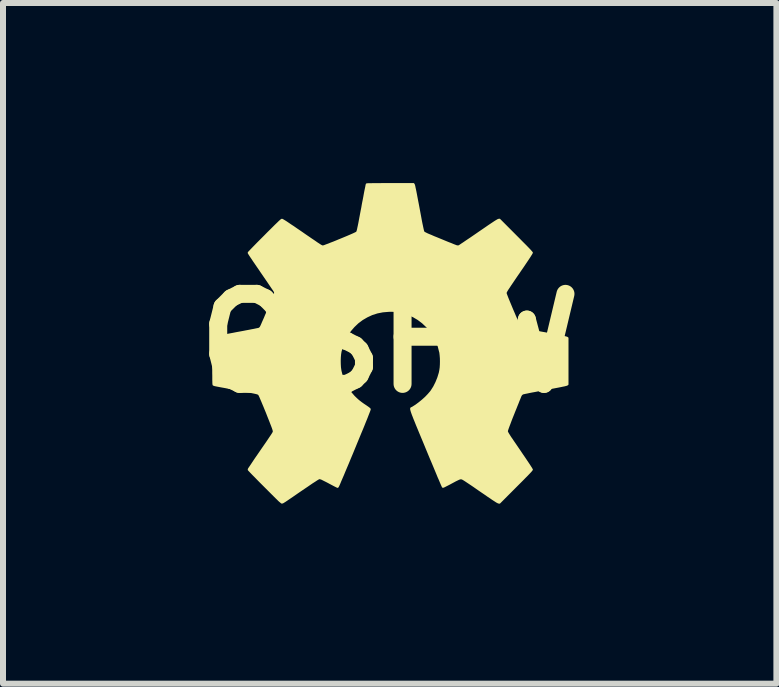
<source format=kicad_pcb>
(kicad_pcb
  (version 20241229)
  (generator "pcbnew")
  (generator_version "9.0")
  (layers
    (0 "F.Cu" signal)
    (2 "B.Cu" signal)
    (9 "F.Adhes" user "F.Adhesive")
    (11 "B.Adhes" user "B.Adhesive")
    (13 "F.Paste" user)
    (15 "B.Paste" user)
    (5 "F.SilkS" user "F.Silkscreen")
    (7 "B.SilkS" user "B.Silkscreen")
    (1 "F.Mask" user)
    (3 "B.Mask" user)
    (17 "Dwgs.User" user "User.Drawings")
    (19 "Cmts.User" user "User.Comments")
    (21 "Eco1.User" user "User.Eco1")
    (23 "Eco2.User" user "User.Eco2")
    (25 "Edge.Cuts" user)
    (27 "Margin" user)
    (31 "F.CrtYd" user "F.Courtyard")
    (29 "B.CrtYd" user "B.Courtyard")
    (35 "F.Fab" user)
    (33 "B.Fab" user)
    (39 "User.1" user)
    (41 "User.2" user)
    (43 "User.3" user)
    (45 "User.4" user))
  (footprint "OSHW"
    (layer "F.Cu")
    (at 3.443 2.668)
    (property "Reference" "OSHW" (at 0 0 0) (layer "F.SilkS") (effects (font (size 1.5 1.5) (thickness 0.3))))
    (attr board_only exclude_from_pos_files exclude_from_bom)
    (fp_poly (pts (xy 0.413 -2.655) (xy 0.416 -2.651) (xy 0.418 -2.644) (xy 0.422 -2.633) (xy 0.426 -2.618) (xy 0.43 -2.597) (xy 0.436 -2.57) (xy 0.443 -2.537) (xy 0.451 -2.496) (xy 0.46 -2.448) (xy 0.471 -2.39) (xy 0.484 -2.323) (xy 0.496 -2.259) (xy 0.511 -2.179) (xy 0.524 -2.109) (xy 0.535 -2.049) (xy 0.545 -1.998) (xy 0.554 -1.956) (xy 0.561 -1.922) (xy 0.567 -1.896) (xy 0.571 -1.878) (xy 0.575 -1.866) (xy 0.577 -1.86) (xy 0.582 -1.856) (xy 0.592 -1.85) (xy 0.608 -1.842) (xy 0.63 -1.831) (xy 0.66 -1.818) (xy 0.697 -1.803) (xy 0.742 -1.783) (xy 0.797 -1.761) (xy 0.843 -1.742) (xy 0.894 -1.721) (xy 0.942 -1.701) (xy 0.986 -1.683) (xy 1.026 -1.668) (xy 1.059 -1.654) (xy 1.087 -1.643) (xy 1.106 -1.636) (xy 1.116 -1.632) (xy 1.117 -1.631) (xy 1.138 -1.629) (xy 1.149 -1.631) (xy 1.156 -1.635) (xy 1.171 -1.645) (xy 1.193 -1.66) (xy 1.222 -1.679) (xy 1.257 -1.703) (xy 1.297 -1.73) (xy 1.342 -1.76) (xy 1.39 -1.793) (xy 1.441 -1.828) (xy 1.477 -1.853) (xy 1.54 -1.896) (xy 1.594 -1.933) (xy 1.64 -1.965) (xy 1.679 -1.991) (xy 1.712 -2.013) (xy 1.739 -2.031) (xy 1.761 -2.045) (xy 1.778 -2.055) (xy 1.791 -2.063) (xy 1.802 -2.068) (xy 1.809 -2.071) (xy 1.814 -2.072) (xy 1.836 -2.074) (xy 2.111 -1.798) (xy 2.164 -1.745) (xy 2.21 -1.698) (xy 2.25 -1.658) (xy 2.283 -1.625) (xy 2.311 -1.596) (xy 2.333 -1.573) (xy 2.351 -1.554) (xy 2.364 -1.539) (xy 2.374 -1.528) (xy 2.38 -1.519) (xy 2.384 -1.513) (xy 2.386 -1.509) (xy 2.386 -1.507) (xy 2.384 -1.501) (xy 2.379 -1.492) (xy 2.371 -1.477) (xy 2.358 -1.457) (xy 2.342 -1.431) (xy 2.32 -1.398) (xy 2.294 -1.359) (xy 2.263 -1.313) (xy 2.226 -1.258) (xy 2.183 -1.196) (xy 2.167 -1.172) (xy 2.122 -1.107) (xy 2.084 -1.051) (xy 2.051 -1.002) (xy 2.023 -0.961) (xy 2.001 -0.927) (xy 1.982 -0.899) (xy 1.968 -0.877) (xy 1.958 -0.86) (xy 1.952 -0.847) (xy 1.948 -0.839) (xy 1.948 -0.836) (xy 1.95 -0.828) (xy 1.956 -0.811) (xy 1.965 -0.787) (xy 1.977 -0.756) (xy 1.992 -0.719) (xy 2.009 -0.678) (xy 2.027 -0.635) (xy 2.046 -0.589) (xy 2.066 -0.542) (xy 2.086 -0.496) (xy 2.105 -0.45) (xy 2.124 -0.408) (xy 2.141 -0.369) (xy 2.156 -0.335) (xy 2.169 -0.307) (xy 2.178 -0.286) (xy 2.185 -0.274) (xy 2.187 -0.271) (xy 2.197 -0.261) (xy 2.204 -0.256) (xy 2.211 -0.254) (xy 2.228 -0.251) (xy 2.253 -0.246) (xy 2.287 -0.239) (xy 2.327 -0.231) (xy 2.374 -0.222) (xy 2.427 -0.212) (xy 2.484 -0.201) (xy 2.544 -0.19) (xy 2.584 -0.183) (xy 2.657 -0.169) (xy 2.721 -0.157) (xy 2.776 -0.147) (xy 2.822 -0.138) (xy 2.86 -0.13) (xy 2.891 -0.124) (xy 2.915 -0.118) (xy 2.934 -0.114) (xy 2.948 -0.11) (xy 2.957 -0.107) (xy 2.964 -0.104) (xy 2.966 -0.102) (xy 2.979 -0.091) (xy 2.979 0.3) (xy 2.979 0.691) (xy 2.966 0.702) (xy 2.962 0.705) (xy 2.956 0.708) (xy 2.945 0.711) (xy 2.93 0.715) (xy 2.91 0.72) (xy 2.884 0.725) (xy 2.851 0.732) (xy 2.811 0.74) (xy 2.763 0.749) (xy 2.706 0.76) (xy 2.639 0.772) (xy 2.597 0.78) (xy 2.535 0.791) (xy 2.477 0.802) (xy 2.422 0.813) (xy 2.372 0.822) (xy 2.327 0.831) (xy 2.29 0.839) (xy 2.259 0.845) (xy 2.237 0.85) (xy 2.225 0.853) (xy 2.223 0.853) (xy 2.208 0.864) (xy 2.197 0.879) (xy 2.193 0.888) (xy 2.186 0.905) (xy 2.176 0.931) (xy 2.162 0.964) (xy 2.147 1.003) (xy 2.129 1.047) (xy 2.11 1.095) (xy 2.089 1.146) (xy 2.079 1.172) (xy 2.052 1.239) (xy 2.029 1.298) (xy 2.01 1.349) (xy 1.994 1.391) (xy 1.982 1.424) (xy 1.974 1.448) (xy 1.97 1.462) (xy 1.969 1.465) (xy 1.97 1.47) (xy 1.972 1.477) (xy 1.977 1.486) (xy 1.984 1.499) (xy 1.994 1.515) (xy 2.007 1.536) (xy 2.024 1.563) (xy 2.046 1.594) (xy 2.072 1.633) (xy 2.103 1.678) (xy 2.139 1.731) (xy 2.178 1.788) (xy 2.221 1.852) (xy 2.259 1.907) (xy 2.291 1.955) (xy 2.318 1.995) (xy 2.34 2.028) (xy 2.357 2.055) (xy 2.37 2.075) (xy 2.379 2.091) (xy 2.384 2.101) (xy 2.386 2.107) (xy 2.386 2.107) (xy 2.385 2.111) (xy 2.382 2.116) (xy 2.377 2.124) (xy 2.369 2.134) (xy 2.357 2.148) (xy 2.341 2.165) (xy 2.321 2.186) (xy 2.296 2.212) (xy 2.265 2.243) (xy 2.228 2.281) (xy 2.185 2.324) (xy 2.134 2.375) (xy 2.111 2.398) (xy 1.836 2.674) (xy 1.814 2.672) (xy 1.808 2.671) (xy 1.801 2.668) (xy 1.79 2.662) (xy 1.776 2.655) (xy 1.759 2.644) (xy 1.736 2.629) (xy 1.708 2.611) (xy 1.675 2.588) (xy 1.634 2.561) (xy 1.587 2.528) (xy 1.531 2.49) (xy 1.5 2.469) (xy 1.441 2.428) (xy 1.391 2.393) (xy 1.348 2.364) (xy 1.312 2.34) (xy 1.282 2.32) (xy 1.258 2.304) (xy 1.238 2.291) (xy 1.223 2.282) (xy 1.211 2.275) (xy 1.202 2.271) (xy 1.195 2.269) (xy 1.19 2.268) (xy 1.187 2.268) (xy 1.178 2.269) (xy 1.166 2.272) (xy 1.15 2.279) (xy 1.129 2.289) (xy 1.102 2.302) (xy 1.067 2.321) (xy 1.037 2.337) (xy 1.002 2.356) (xy 0.969 2.373) (xy 0.941 2.387) (xy 0.918 2.399) (xy 0.902 2.406) (xy 0.895 2.409) (xy 0.879 2.408) (xy 0.872 2.402) (xy 0.869 2.396) (xy 0.862 2.38) (xy 0.851 2.356) (xy 0.837 2.323) (xy 0.82 2.282) (xy 0.799 2.235) (xy 0.777 2.181) (xy 0.752 2.121) (xy 0.725 2.056) (xy 0.696 1.987) (xy 0.665 1.914) (xy 0.633 1.837) (xy 0.6 1.757) (xy 0.597 1.75) (xy 0.558 1.655) (xy 0.522 1.569) (xy 0.49 1.492) (xy 0.462 1.424) (xy 0.437 1.364) (xy 0.416 1.311) (xy 0.397 1.265) (xy 0.382 1.226) (xy 0.369 1.193) (xy 0.359 1.165) (xy 0.351 1.141) (xy 0.346 1.123) (xy 0.342 1.108) (xy 0.341 1.096) (xy 0.341 1.087) (xy 0.343 1.08) (xy 0.346 1.075) (xy 0.35 1.071) (xy 0.356 1.068) (xy 0.362 1.065) (xy 0.37 1.062) (xy 0.375 1.059) (xy 0.43 1.024) (xy 0.485 0.983) (xy 0.539 0.939) (xy 0.589 0.894) (xy 0.634 0.847) (xy 0.672 0.803) (xy 0.684 0.787) (xy 0.726 0.721) (xy 0.763 0.647) (xy 0.794 0.57) (xy 0.818 0.492) (xy 0.827 0.447) (xy 0.833 0.405) (xy 0.836 0.356) (xy 0.837 0.304) (xy 0.836 0.251) (xy 0.832 0.201) (xy 0.827 0.158) (xy 0.824 0.147) (xy 0.8 0.054) (xy 0.768 -0.032) (xy 0.727 -0.111) (xy 0.677 -0.186) (xy 0.618 -0.256) (xy 0.609 -0.266) (xy 0.539 -0.332) (xy 0.466 -0.387) (xy 0.388 -0.433) (xy 0.305 -0.47) (xy 0.223 -0.496) (xy 0.168 -0.509) (xy 0.118 -0.517) (xy 0.068 -0.522) (xy 0.014 -0.523) (xy -0.019 -0.522) (xy -0.113 -0.514) (xy -0.204 -0.496) (xy -0.291 -0.468) (xy -0.373 -0.43) (xy -0.45 -0.385) (xy -0.522 -0.331) (xy -0.587 -0.269) (xy -0.646 -0.201) (xy -0.697 -0.125) (xy -0.74 -0.044) (xy -0.775 0.044) (xy -0.801 0.136) (xy -0.803 0.144) (xy -0.81 0.188) (xy -0.814 0.238) (xy -0.816 0.293) (xy -0.815 0.349) (xy -0.812 0.402) (xy -0.805 0.45) (xy -0.803 0.462) (xy -0.779 0.555) (xy -0.745 0.643) (xy -0.702 0.726) (xy -0.649 0.804) (xy -0.587 0.876) (xy -0.576 0.887) (xy -0.548 0.914) (xy -0.522 0.938) (xy -0.495 0.96) (xy -0.465 0.983) (xy -0.43 1.008) (xy -0.388 1.036) (xy -0.375 1.045) (xy -0.348 1.064) (xy -0.328 1.08) (xy -0.318 1.092) (xy -0.316 1.094) (xy -0.316 1.097) (xy -0.316 1.102) (xy -0.318 1.11) (xy -0.321 1.121) (xy -0.326 1.135) (xy -0.333 1.153) (xy -0.342 1.176) (xy -0.353 1.204) (xy -0.366 1.238) (xy -0.382 1.278) (xy -0.401 1.324) (xy -0.422 1.377) (xy -0.447 1.438) (xy -0.476 1.507) (xy -0.508 1.585) (xy -0.544 1.672) (xy -0.576 1.75) (xy -0.612 1.838) (xy -0.647 1.921) (xy -0.679 1.999) (xy -0.71 2.072) (xy -0.738 2.138) (xy -0.763 2.199) (xy -0.786 2.252) (xy -0.806 2.298) (xy -0.822 2.337) (xy -0.835 2.367) (xy -0.845 2.388) (xy -0.851 2.399) (xy -0.852 2.402) (xy -0.863 2.409) (xy -0.87 2.411) (xy -0.876 2.409) (xy -0.891 2.402) (xy -0.913 2.391) (xy -0.94 2.377) (xy -0.972 2.36) (xy -1.008 2.341) (xy -1.015 2.337) (xy -1.057 2.315) (xy -1.091 2.298) (xy -1.117 2.285) (xy -1.136 2.275) (xy -1.151 2.27) (xy -1.161 2.267) (xy -1.169 2.266) (xy -1.171 2.266) (xy -1.175 2.267) (xy -1.183 2.271) (xy -1.194 2.278) (xy -1.21 2.287) (xy -1.229 2.3) (xy -1.254 2.316) (xy -1.284 2.335) (xy -1.319 2.359) (xy -1.361 2.388) (xy -1.41 2.421) (xy -1.466 2.459) (xy -1.529 2.502) (xy -1.601 2.552) (xy -1.676 2.603) (xy -1.711 2.627) (xy -1.738 2.645) (xy -1.759 2.658) (xy -1.774 2.667) (xy -1.786 2.671) (xy -1.794 2.673) (xy -1.796 2.673) (xy -1.8 2.673) (xy -1.804 2.671) (xy -1.81 2.668) (xy -1.818 2.662) (xy -1.828 2.653) (xy -1.842 2.642) (xy -1.859 2.626) (xy -1.879 2.606) (xy -1.905 2.581) (xy -1.936 2.55) (xy -1.972 2.514) (xy -2.015 2.471) (xy -2.065 2.421) (xy -2.087 2.399) (xy -2.133 2.353) (xy -2.176 2.31) (xy -2.216 2.269) (xy -2.252 2.232) (xy -2.285 2.199) (xy -2.313 2.17) (xy -2.335 2.147) (xy -2.352 2.129) (xy -2.361 2.119) (xy -2.364 2.115) (xy -2.365 2.103) (xy -2.362 2.093) (xy -2.359 2.086) (xy -2.349 2.071) (xy -2.334 2.049) (xy -2.315 2.021) (xy -2.292 1.986) (xy -2.266 1.947) (xy -2.237 1.904) (xy -2.205 1.858) (xy -2.178 1.819) (xy -2.135 1.756) (xy -2.097 1.701) (xy -2.065 1.655) (xy -2.038 1.615) (xy -2.016 1.582) (xy -1.997 1.554) (xy -1.982 1.532) (xy -1.971 1.515) (xy -1.962 1.501) (xy -1.956 1.491) (xy -1.952 1.483) (xy -1.949 1.477) (xy -1.948 1.473) (xy -1.948 1.47) (xy -1.948 1.467) (xy -1.948 1.465) (xy -1.95 1.456) (xy -1.955 1.438) (xy -1.964 1.412) (xy -1.976 1.38) (xy -1.991 1.342) (xy -2.007 1.3) (xy -2.025 1.255) (xy -2.044 1.207) (xy -2.063 1.158) (xy -2.083 1.11) (xy -2.102 1.063) (xy -2.121 1.018) (xy -2.138 0.977) (xy -2.154 0.94) (xy -2.167 0.909) (xy -2.178 0.885) (xy -2.186 0.869) (xy -2.191 0.862) (xy -2.195 0.859) (xy -2.201 0.856) (xy -2.209 0.853) (xy -2.222 0.849) (xy -2.239 0.845) (xy -2.262 0.84) (xy -2.291 0.834) (xy -2.327 0.827) (xy -2.37 0.818) (xy -2.423 0.808) (xy -2.485 0.797) (xy -2.519 0.79) (xy -2.578 0.779) (xy -2.635 0.769) (xy -2.689 0.759) (xy -2.739 0.749) (xy -2.784 0.741) (xy -2.822 0.734) (xy -2.853 0.728) (xy -2.875 0.724) (xy -2.885 0.722) (xy -2.915 0.716) (xy -2.936 0.709) (xy -2.947 0.703) (xy -2.949 0.701) (xy -2.95 0.697) (xy -2.952 0.692) (xy -2.953 0.685) (xy -2.954 0.674) (xy -2.955 0.659) (xy -2.955 0.639) (xy -2.956 0.613) (xy -2.956 0.582) (xy -2.956 0.543) (xy -2.957 0.496) (xy -2.957 0.441) (xy -2.957 0.376) (xy -2.957 0.302) (xy -2.957 0.3) (xy -2.957 0.225) (xy -2.957 0.16) (xy -2.957 0.105) (xy -2.957 0.058) (xy -2.956 0.019) (xy -2.956 -0.012) (xy -2.955 -0.038) (xy -2.955 -0.058) (xy -2.954 -0.073) (xy -2.953 -0.084) (xy -2.952 -0.091) (xy -2.95 -0.097) (xy -2.949 -0.1) (xy -2.947 -0.103) (xy -2.946 -0.104) (xy -2.936 -0.112) (xy -2.93 -0.115) (xy -2.923 -0.116) (xy -2.906 -0.118) (xy -2.881 -0.123) (xy -2.848 -0.129) (xy -2.809 -0.136) (xy -2.764 -0.144) (xy -2.716 -0.153) (xy -2.664 -0.163) (xy -2.61 -0.173) (xy -2.555 -0.184) (xy -2.5 -0.194) (xy -2.446 -0.204) (xy -2.395 -0.214) (xy -2.346 -0.223) (xy -2.302 -0.232) (xy -2.263 -0.239) (xy -2.231 -0.246) (xy -2.206 -0.251) (xy -2.19 -0.254) (xy -2.183 -0.256) (xy -2.183 -0.256) (xy -2.172 -0.264) (xy -2.165 -0.271) (xy -2.161 -0.278) (xy -2.153 -0.294) (xy -2.142 -0.318) (xy -2.129 -0.349) (xy -2.113 -0.385) (xy -2.095 -0.425) (xy -2.077 -0.469) (xy -2.057 -0.514) (xy -2.037 -0.561) (xy -2.018 -0.607) (xy -1.999 -0.652) (xy -1.981 -0.694) (xy -1.965 -0.733) (xy -1.951 -0.767) (xy -1.939 -0.796) (xy -1.931 -0.817) (xy -1.927 -0.83) (xy -1.926 -0.834) (xy -1.928 -0.849) (xy -1.932 -0.857) (xy -1.936 -0.864) (xy -1.945 -0.878) (xy -1.96 -0.9) (xy -1.98 -0.929) (xy -2.003 -0.963) (xy -2.03 -1.003) (xy -2.06 -1.047) (xy -2.093 -1.095) (xy -2.128 -1.146) (xy -2.148 -1.175) (xy -2.183 -1.227) (xy -2.217 -1.276) (xy -2.249 -1.323) (xy -2.278 -1.365) (xy -2.303 -1.403) (xy -2.325 -1.435) (xy -2.342 -1.461) (xy -2.354 -1.48) (xy -2.361 -1.491) (xy -2.363 -1.493) (xy -2.365 -1.507) (xy -2.364 -1.515) (xy -2.36 -1.521) (xy -2.348 -1.533) (xy -2.33 -1.552) (xy -2.307 -1.576) (xy -2.278 -1.606) (xy -2.244 -1.641) (xy -2.207 -1.679) (xy -2.166 -1.72) (xy -2.122 -1.764) (xy -2.087 -1.799) (xy -2.035 -1.852) (xy -1.989 -1.897) (xy -1.95 -1.936) (xy -1.917 -1.969) (xy -1.889 -1.996) (xy -1.866 -2.018) (xy -1.848 -2.036) (xy -1.833 -2.049) (xy -1.822 -2.059) (xy -1.813 -2.066) (xy -1.806 -2.07) (xy -1.801 -2.072) (xy -1.797 -2.073) (xy -1.796 -2.073) (xy -1.79 -2.072) (xy -1.782 -2.069) (xy -1.771 -2.063) (xy -1.756 -2.054) (xy -1.736 -2.042) (xy -1.711 -2.026) (xy -1.68 -2.005) (xy -1.642 -1.979) (xy -1.596 -1.949) (xy -1.543 -1.912) (xy -1.528 -1.902) (xy -1.459 -1.855) (xy -1.399 -1.813) (xy -1.346 -1.777) (xy -1.301 -1.746) (xy -1.262 -1.72) (xy -1.23 -1.698) (xy -1.203 -1.679) (xy -1.181 -1.665) (xy -1.163 -1.653) (xy -1.149 -1.644) (xy -1.139 -1.638) (xy -1.131 -1.634) (xy -1.125 -1.631) (xy -1.121 -1.63) (xy -1.118 -1.629) (xy -1.115 -1.629) (xy -1.112 -1.629) (xy -1.112 -1.629) (xy -1.103 -1.631) (xy -1.085 -1.637) (xy -1.06 -1.647) (xy -1.026 -1.659) (xy -0.987 -1.675) (xy -0.942 -1.692) (xy -0.893 -1.712) (xy -0.841 -1.734) (xy -0.83 -1.738) (xy -0.767 -1.764) (xy -0.714 -1.786) (xy -0.67 -1.805) (xy -0.635 -1.82) (xy -0.606 -1.833) (xy -0.585 -1.843) (xy -0.57 -1.85) (xy -0.56 -1.856) (xy -0.556 -1.86) (xy -0.553 -1.867) (xy -0.549 -1.88) (xy -0.544 -1.9) (xy -0.538 -1.929) (xy -0.53 -1.965) (xy -0.521 -2.01) (xy -0.511 -2.064) (xy -0.499 -2.128) (xy -0.485 -2.202) (xy -0.474 -2.258) (xy -0.463 -2.322) (xy -0.451 -2.382) (xy -0.44 -2.439) (xy -0.431 -2.49) (xy -0.422 -2.537) (xy -0.414 -2.576) (xy -0.407 -2.608) (xy -0.403 -2.632) (xy -0.399 -2.647) (xy -0.398 -2.652) (xy -0.389 -2.661) (xy -0.384 -2.664) (xy -0.378 -2.665) (xy -0.361 -2.665) (xy -0.335 -2.666) (xy -0.301 -2.666) (xy -0.259 -2.667) (xy -0.211 -2.667) (xy -0.158 -2.667) (xy -0.099 -2.668) (xy -0.037 -2.668) (xy 0.013 -2.668) (xy 0.402 -2.668)) (stroke (width 0) (type solid)) (fill yes) (layer "F.SilkS")))
  (gr_rect
    (start -3 -3)
    (end 9.886 8.341)
    (stroke (width 0.1) (type default))
    (fill no)
    (layer "Edge.Cuts")))
</source>
